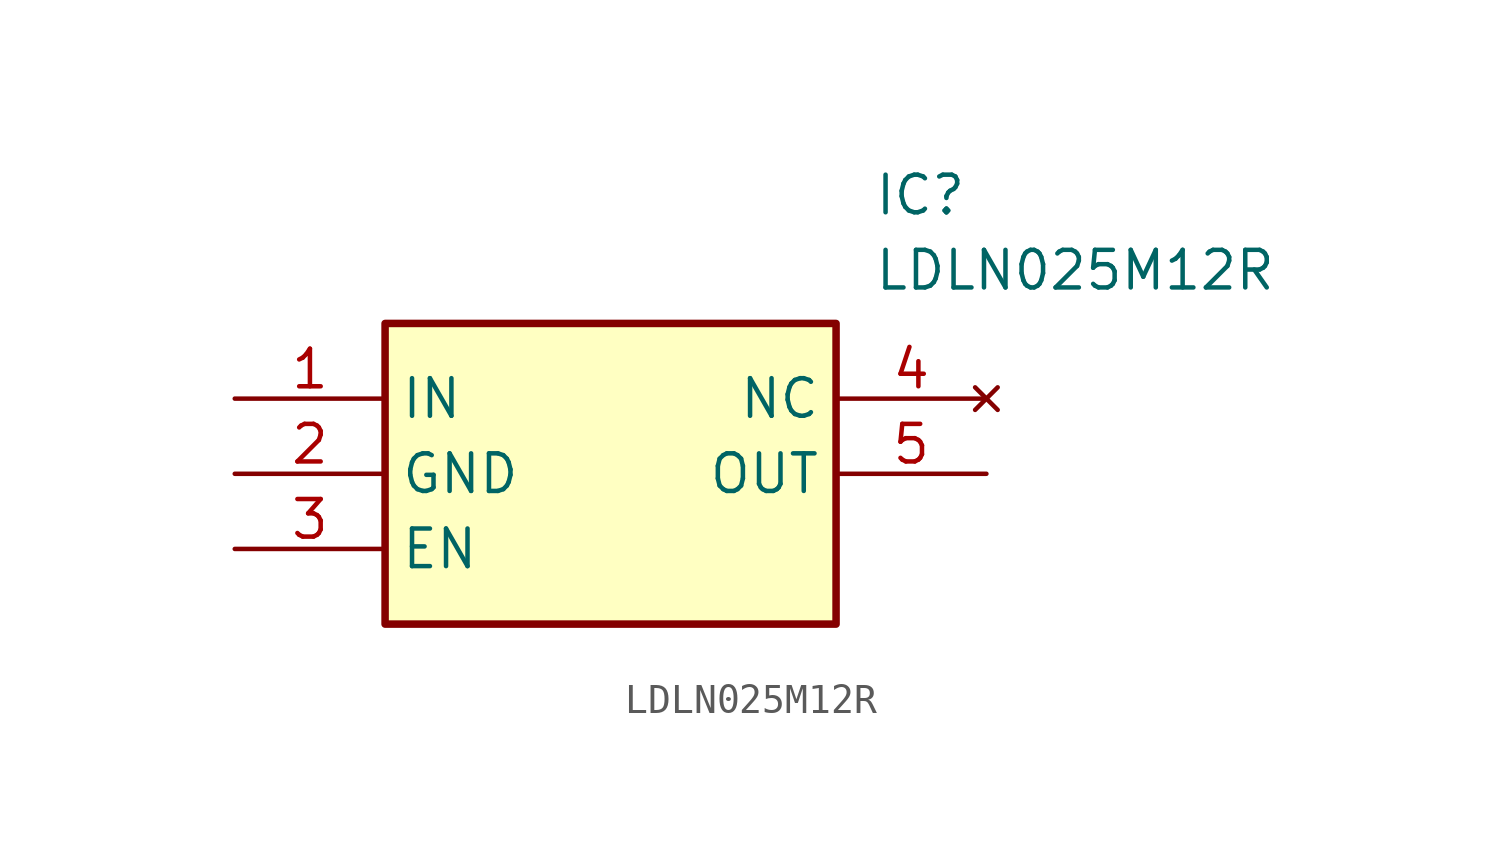
<source format=kicad_sym>
(kicad_symbol_lib
  (version 20211014)
  (generator SamacSys_ECAD_Model)
  (symbol "LDLN025M12R"
    (property "Reference" "IC"
      (at 21.59 7.62 0)
      (effects (font (size 1.27 1.27)) (justify left top)))
    (property "Value" "LDLN025M12R"
      (at 21.59 5.08 0)
      (effects (font (size 1.27 1.27)) (justify left top)))
    (rectangle
      (start 5.08 2.54)
      (end 20.32 -7.62)
      (stroke (width 0.254) (type default))
      (fill (type background)))
    (pin passive line
      (at 0 0 0)
      (length 5.08)
      (name "IN" (effects (font (size 1.27 1.27))))
      (number "1" (effects (font (size 1.27 1.27)))))
    (pin passive line
      (at 0 -2.54 0)
      (length 5.08)
      (name "GND" (effects (font (size 1.27 1.27))))
      (number "2" (effects (font (size 1.27 1.27)))))
    (pin passive line
      (at 0 -5.08 0)
      (length 5.08)
      (name "EN" (effects (font (size 1.27 1.27))))
      (number "3" (effects (font (size 1.27 1.27)))))
    (pin no_connect line
      (at 25.4 0 180)
      (length 5.08)
      (name "NC" (effects (font (size 1.27 1.27))))
      (number "4" (effects (font (size 1.27 1.27)))))
    (pin passive line
      (at 25.4 -2.54 180)
      (length 5.08)
      (name "OUT" (effects (font (size 1.27 1.27))))
      (number "5" (effects (font (size 1.27 1.27)))))))
</source>
